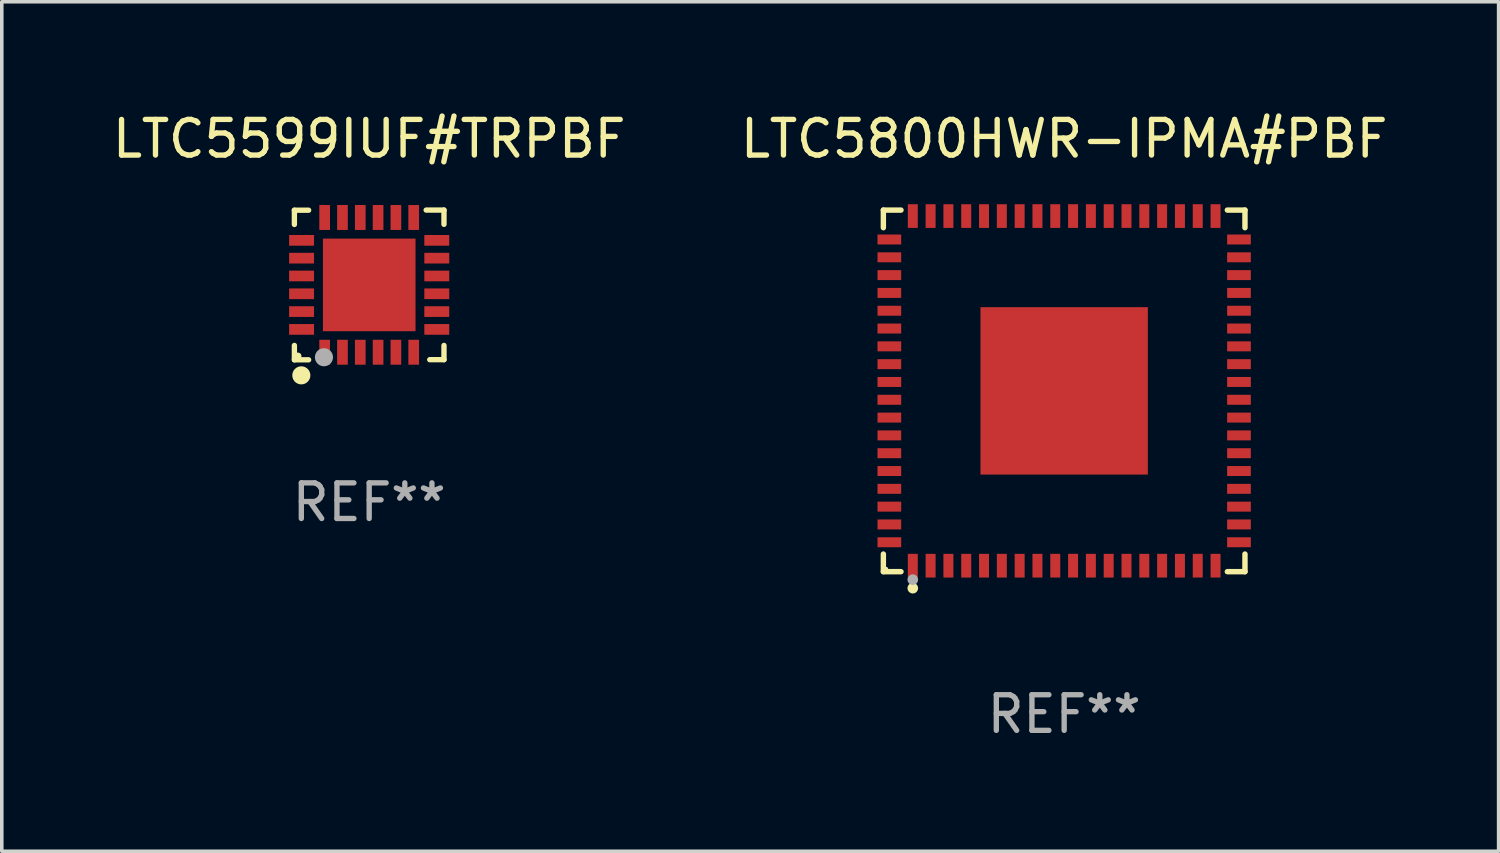
<source format=kicad_pcb>
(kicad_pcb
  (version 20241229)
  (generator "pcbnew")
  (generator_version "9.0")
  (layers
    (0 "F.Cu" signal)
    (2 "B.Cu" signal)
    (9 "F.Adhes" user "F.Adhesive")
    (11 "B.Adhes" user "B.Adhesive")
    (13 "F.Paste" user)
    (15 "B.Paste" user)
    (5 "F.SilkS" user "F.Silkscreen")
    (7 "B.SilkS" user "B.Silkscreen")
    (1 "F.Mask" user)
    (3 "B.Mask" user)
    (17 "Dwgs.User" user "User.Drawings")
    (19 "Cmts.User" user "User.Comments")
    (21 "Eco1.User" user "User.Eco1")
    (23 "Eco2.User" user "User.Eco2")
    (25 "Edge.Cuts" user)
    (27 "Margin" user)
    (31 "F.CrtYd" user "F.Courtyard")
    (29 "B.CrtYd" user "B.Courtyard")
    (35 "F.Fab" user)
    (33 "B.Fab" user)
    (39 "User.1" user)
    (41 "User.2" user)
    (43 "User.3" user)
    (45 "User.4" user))
  (footprint "LTC5800HWR-IPMA#PBF"
    (layer "F.Cu")
    (at 26.827 7.924)
    (property "Reference" "LTC5800HWR-IPMA#PBF" (at 0 -7.076 0) (layer "F.SilkS") (effects (font (size 1 1) (thickness 0.15))))
    (attr through_hole)
    (fp_line (start -5.076 -5.076) (end -4.581 -5.076) (stroke (width 0.152) (type solid)) (layer "F.SilkS"))
    (fp_line (start -5.076 -4.581) (end -5.076 -5.076) (stroke (width 0.152) (type solid)) (layer "F.SilkS"))
    (fp_line (start -5.076 4.581) (end -5.076 5.076) (stroke (width 0.152) (type solid)) (layer "F.SilkS"))
    (fp_line (start -5.076 5.076) (end -4.581 5.076) (stroke (width 0.152) (type solid)) (layer "F.SilkS"))
    (fp_line (start 5.076 -5.076) (end 4.581 -5.076) (stroke (width 0.152) (type solid)) (layer "F.SilkS"))
    (fp_line (start 5.076 -4.581) (end 5.076 -5.076) (stroke (width 0.152) (type solid)) (layer "F.SilkS"))
    (fp_line (start 5.076 4.581) (end 5.076 5.076) (stroke (width 0.152) (type solid)) (layer "F.SilkS"))
    (fp_line (start 5.076 5.076) (end 4.581 5.076) (stroke (width 0.152) (type solid)) (layer "F.SilkS"))
    (fp_circle (center -5 5) (end -4.97 5) (stroke (width 0.06) (type solid)) (fill no) (layer "F.SilkS"))
    (fp_circle (center -4.25 5.54) (end -4.175 5.54) (stroke (width 0.15) (type solid)) (fill no) (layer "F.SilkS"))
    (fp_circle (center -4.25 5.3) (end -4.175 5.3) (stroke (width 0.15) (type solid)) (fill no) (layer "F.Fab"))
    (fp_text user "REF**" (at 0 9.076 0) (layer "F.Fab") (effects (font (size 1 1) (thickness 0.15))))
    (pad "1" smd rect (at -4.25 4.908) (size 0.28 0.665) (layers "F.Cu" "F.Mask" "F.Paste"))
    (pad "2" smd rect (at -3.75 4.908) (size 0.28 0.665) (layers "F.Cu" "F.Mask" "F.Paste"))
    (pad "3" smd rect (at -3.25 4.908) (size 0.28 0.665) (layers "F.Cu" "F.Mask" "F.Paste"))
    (pad "4" smd rect (at -2.75 4.908) (size 0.28 0.665) (layers "F.Cu" "F.Mask" "F.Paste"))
    (pad "5" smd rect (at -2.25 4.908) (size 0.28 0.665) (layers "F.Cu" "F.Mask" "F.Paste"))
    (pad "6" smd rect (at -1.75 4.908) (size 0.28 0.665) (layers "F.Cu" "F.Mask" "F.Paste"))
    (pad "7" smd rect (at -1.25 4.908) (size 0.28 0.665) (layers "F.Cu" "F.Mask" "F.Paste"))
    (pad "8" smd rect (at -0.75 4.908) (size 0.28 0.665) (layers "F.Cu" "F.Mask" "F.Paste"))
    (pad "9" smd rect (at -0.25 4.908) (size 0.28 0.665) (layers "F.Cu" "F.Mask" "F.Paste"))
    (pad "10" smd rect (at 0.25 4.908) (size 0.28 0.665) (layers "F.Cu" "F.Mask" "F.Paste"))
    (pad "11" smd rect (at 0.75 4.908) (size 0.28 0.665) (layers "F.Cu" "F.Mask" "F.Paste"))
    (pad "12" smd rect (at 1.25 4.908) (size 0.28 0.665) (layers "F.Cu" "F.Mask" "F.Paste"))
    (pad "13" smd rect (at 1.75 4.908) (size 0.28 0.665) (layers "F.Cu" "F.Mask" "F.Paste"))
    (pad "14" smd rect (at 2.25 4.908) (size 0.28 0.665) (layers "F.Cu" "F.Mask" "F.Paste"))
    (pad "15" smd rect (at 2.75 4.908) (size 0.28 0.665) (layers "F.Cu" "F.Mask" "F.Paste"))
    (pad "16" smd rect (at 3.25 4.908) (size 0.28 0.665) (layers "F.Cu" "F.Mask" "F.Paste"))
    (pad "17" smd rect (at 3.75 4.908) (size 0.28 0.665) (layers "F.Cu" "F.Mask" "F.Paste"))
    (pad "18" smd rect (at 4.25 4.908) (size 0.28 0.665) (layers "F.Cu" "F.Mask" "F.Paste"))
    (pad "19" smd rect (at 4.908 4.25) (size 0.665 0.28) (layers "F.Cu" "F.Mask" "F.Paste"))
    (pad "20" smd rect (at 4.908 3.75) (size 0.665 0.28) (layers "F.Cu" "F.Mask" "F.Paste"))
    (pad "21" smd rect (at 4.908 3.25) (size 0.665 0.28) (layers "F.Cu" "F.Mask" "F.Paste"))
    (pad "22" smd rect (at 4.908 2.75) (size 0.665 0.28) (layers "F.Cu" "F.Mask" "F.Paste"))
    (pad "23" smd rect (at 4.908 2.25) (size 0.665 0.28) (layers "F.Cu" "F.Mask" "F.Paste"))
    (pad "24" smd rect (at 4.908 1.75) (size 0.665 0.28) (layers "F.Cu" "F.Mask" "F.Paste"))
    (pad "25" smd rect (at 4.908 1.25) (size 0.665 0.28) (layers "F.Cu" "F.Mask" "F.Paste"))
    (pad "26" smd rect (at 4.908 0.75) (size 0.665 0.28) (layers "F.Cu" "F.Mask" "F.Paste"))
    (pad "27" smd rect (at 4.908 0.25) (size 0.665 0.28) (layers "F.Cu" "F.Mask" "F.Paste"))
    (pad "28" smd rect (at 4.908 -0.25) (size 0.665 0.28) (layers "F.Cu" "F.Mask" "F.Paste"))
    (pad "29" smd rect (at 4.908 -0.75) (size 0.665 0.28) (layers "F.Cu" "F.Mask" "F.Paste"))
    (pad "30" smd rect (at 4.908 -1.25) (size 0.665 0.28) (layers "F.Cu" "F.Mask" "F.Paste"))
    (pad "31" smd rect (at 4.908 -1.75) (size 0.665 0.28) (layers "F.Cu" "F.Mask" "F.Paste"))
    (pad "32" smd rect (at 4.908 -2.25) (size 0.665 0.28) (layers "F.Cu" "F.Mask" "F.Paste"))
    (pad "33" smd rect (at 4.908 -2.75) (size 0.665 0.28) (layers "F.Cu" "F.Mask" "F.Paste"))
    (pad "34" smd rect (at 4.908 -3.25) (size 0.665 0.28) (layers "F.Cu" "F.Mask" "F.Paste"))
    (pad "35" smd rect (at 4.908 -3.75) (size 0.665 0.28) (layers "F.Cu" "F.Mask" "F.Paste"))
    (pad "36" smd rect (at 4.908 -4.25) (size 0.665 0.28) (layers "F.Cu" "F.Mask" "F.Paste"))
    (pad "37" smd rect (at 4.25 -4.908) (size 0.28 0.665) (layers "F.Cu" "F.Mask" "F.Paste"))
    (pad "38" smd rect (at 3.75 -4.908) (size 0.28 0.665) (layers "F.Cu" "F.Mask" "F.Paste"))
    (pad "39" smd rect (at 3.25 -4.908) (size 0.28 0.665) (layers "F.Cu" "F.Mask" "F.Paste"))
    (pad "40" smd rect (at 2.75 -4.908) (size 0.28 0.665) (layers "F.Cu" "F.Mask" "F.Paste"))
    (pad "41" smd rect (at 2.25 -4.908) (size 0.28 0.665) (layers "F.Cu" "F.Mask" "F.Paste"))
    (pad "42" smd rect (at 1.75 -4.908) (size 0.28 0.665) (layers "F.Cu" "F.Mask" "F.Paste"))
    (pad "43" smd rect (at 1.25 -4.908) (size 0.28 0.665) (layers "F.Cu" "F.Mask" "F.Paste"))
    (pad "44" smd rect (at 0.75 -4.908) (size 0.28 0.665) (layers "F.Cu" "F.Mask" "F.Paste"))
    (pad "45" smd rect (at 0.25 -4.908) (size 0.28 0.665) (layers "F.Cu" "F.Mask" "F.Paste"))
    (pad "46" smd rect (at -0.25 -4.908) (size 0.28 0.665) (layers "F.Cu" "F.Mask" "F.Paste"))
    (pad "47" smd rect (at -0.75 -4.908) (size 0.28 0.665) (layers "F.Cu" "F.Mask" "F.Paste"))
    (pad "48" smd rect (at -1.25 -4.908) (size 0.28 0.665) (layers "F.Cu" "F.Mask" "F.Paste"))
    (pad "49" smd rect (at -1.75 -4.908) (size 0.28 0.665) (layers "F.Cu" "F.Mask" "F.Paste"))
    (pad "50" smd rect (at -2.25 -4.908) (size 0.28 0.665) (layers "F.Cu" "F.Mask" "F.Paste"))
    (pad "51" smd rect (at -2.75 -4.908) (size 0.28 0.665) (layers "F.Cu" "F.Mask" "F.Paste"))
    (pad "52" smd rect (at -3.25 -4.908) (size 0.28 0.665) (layers "F.Cu" "F.Mask" "F.Paste"))
    (pad "53" smd rect (at -3.75 -4.908) (size 0.28 0.665) (layers "F.Cu" "F.Mask" "F.Paste"))
    (pad "54" smd rect (at -4.25 -4.908) (size 0.28 0.665) (layers "F.Cu" "F.Mask" "F.Paste"))
    (pad "55" smd rect (at -4.908 -4.25) (size 0.665 0.28) (layers "F.Cu" "F.Mask" "F.Paste"))
    (pad "56" smd rect (at -4.908 -3.75) (size 0.665 0.28) (layers "F.Cu" "F.Mask" "F.Paste"))
    (pad "57" smd rect (at -4.908 -3.25) (size 0.665 0.28) (layers "F.Cu" "F.Mask" "F.Paste"))
    (pad "58" smd rect (at -4.908 -2.75) (size 0.665 0.28) (layers "F.Cu" "F.Mask" "F.Paste"))
    (pad "59" smd rect (at -4.908 -2.25) (size 0.665 0.28) (layers "F.Cu" "F.Mask" "F.Paste"))
    (pad "60" smd rect (at -4.908 -1.75) (size 0.665 0.28) (layers "F.Cu" "F.Mask" "F.Paste"))
    (pad "61" smd rect (at -4.908 -1.25) (size 0.665 0.28) (layers "F.Cu" "F.Mask" "F.Paste"))
    (pad "62" smd rect (at -4.908 -0.75) (size 0.665 0.28) (layers "F.Cu" "F.Mask" "F.Paste"))
    (pad "63" smd rect (at -4.908 -0.25) (size 0.665 0.28) (layers "F.Cu" "F.Mask" "F.Paste"))
    (pad "64" smd rect (at -4.908 0.25) (size 0.665 0.28) (layers "F.Cu" "F.Mask" "F.Paste"))
    (pad "65" smd rect (at -4.908 0.75) (size 0.665 0.28) (layers "F.Cu" "F.Mask" "F.Paste"))
    (pad "66" smd rect (at -4.908 1.25) (size 0.665 0.28) (layers "F.Cu" "F.Mask" "F.Paste"))
    (pad "67" smd rect (at -4.908 1.75) (size 0.665 0.28) (layers "F.Cu" "F.Mask" "F.Paste"))
    (pad "68" smd rect (at -4.908 2.25) (size 0.665 0.28) (layers "F.Cu" "F.Mask" "F.Paste"))
    (pad "69" smd rect (at -4.908 2.75) (size 0.665 0.28) (layers "F.Cu" "F.Mask" "F.Paste"))
    (pad "70" smd rect (at -4.908 3.25) (size 0.665 0.28) (layers "F.Cu" "F.Mask" "F.Paste"))
    (pad "71" smd rect (at -4.908 3.75) (size 0.665 0.28) (layers "F.Cu" "F.Mask" "F.Paste"))
    (pad "72" smd rect (at -4.908 4.25) (size 0.665 0.28) (layers "F.Cu" "F.Mask" "F.Paste"))
    (pad "73" smd rect (at 0 0) (size 4.7 4.7) (layers "F.Cu" "F.Mask" "F.Paste")))
  (footprint "LTC5599IUF#TRPBF"
    (layer "F.Cu")
    (at 7.315 4.95)
    (property "Reference" "LTC5599IUF#TRPBF" (at 0 -4.102 0) (layer "F.SilkS") (effects (font (size 1 1) (thickness 0.15))))
    (attr through_hole)
    (fp_line (start -2.1 -2.098) (end -1.7 -2.098) (stroke (width 0.15) (type solid)) (layer "F.SilkS"))
    (fp_line (start -2.1 -1.698) (end -2.1 -2.098) (stroke (width 0.15) (type solid)) (layer "F.SilkS"))
    (fp_line (start -2.1 2.102) (end -2.1 1.698) (stroke (width 0.15) (type solid)) (layer "F.SilkS"))
    (fp_line (start -1.7 2.102) (end -2.1 2.102) (stroke (width 0.15) (type solid)) (layer "F.SilkS"))
    (fp_line (start 1.6 -2.102) (end 2.1 -2.102) (stroke (width 0.15) (type solid)) (layer "F.SilkS"))
    (fp_line (start 1.7 2.098) (end 2.1 2.098) (stroke (width 0.15) (type solid)) (layer "F.SilkS"))
    (fp_line (start 2.1 -2.102) (end 2.1 -1.702) (stroke (width 0.15) (type solid)) (layer "F.SilkS"))
    (fp_line (start 2.1 2.098) (end 2.1 1.698) (stroke (width 0.15) (type solid)) (layer "F.SilkS"))
    (fp_circle (center -2 1.998) (end -1.95 1.998) (stroke (width 0.1) (type solid)) (fill no) (layer "F.SilkS"))
    (fp_circle (center -1.905 2.538) (end -1.778 2.538) (stroke (width 0.254) (type solid)) (fill no) (layer "F.SilkS"))
    (fp_circle (center -1.27 2.03) (end -1.143 2.03) (stroke (width 0.254) (type solid)) (fill no) (layer "F.Fab"))
    (fp_text user "REF**" (at 0 6.102 0) (layer "F.Fab") (effects (font (size 1 1) (thickness 0.15))))
    (pad "1" smd rect (at -1.25 1.89 180) (size 0.3 0.7) (layers "F.Cu" "F.Mask" "F.Paste"))
    (pad "2" smd rect (at -0.75 1.889 180) (size 0.3 0.7) (layers "F.Cu" "F.Mask" "F.Paste"))
    (pad "3" smd rect (at -0.25 1.889 180) (size 0.3 0.7) (layers "F.Cu" "F.Mask" "F.Paste"))
    (pad "4" smd rect (at 0.25 1.889 180) (size 0.3 0.7) (layers "F.Cu" "F.Mask" "F.Paste"))
    (pad "5" smd rect (at 0.75 1.889 180) (size 0.3 0.7) (layers "F.Cu" "F.Mask" "F.Paste"))
    (pad "6" smd rect (at 1.25 1.889 180) (size 0.3 0.7) (layers "F.Cu" "F.Mask" "F.Paste"))
    (pad "7" smd rect (at 1.898 1.248 270) (size 0.3 0.7) (layers "F.Cu" "F.Mask" "F.Paste"))
    (pad "8" smd rect (at 1.898 0.748 270) (size 0.3 0.7) (layers "F.Cu" "F.Mask" "F.Paste"))
    (pad "9" smd rect (at 1.898 0.248 270) (size 0.3 0.7) (layers "F.Cu" "F.Mask" "F.Paste"))
    (pad "10" smd rect (at 1.898 -0.252 270) (size 0.3 0.7) (layers "F.Cu" "F.Mask" "F.Paste"))
    (pad "11" smd rect (at 1.898 -0.752 270) (size 0.3 0.7) (layers "F.Cu" "F.Mask" "F.Paste"))
    (pad "12" smd rect (at 1.898 -1.252 270) (size 0.3 0.7) (layers "F.Cu" "F.Mask" "F.Paste"))
    (pad "13" smd rect (at 1.25 -1.894) (size 0.3 0.7) (layers "F.Cu" "F.Mask" "F.Paste"))
    (pad "14" smd rect (at 0.75 -1.894) (size 0.3 0.7) (layers "F.Cu" "F.Mask" "F.Paste"))
    (pad "15" smd rect (at 0.25 -1.894) (size 0.3 0.7) (layers "F.Cu" "F.Mask" "F.Paste"))
    (pad "16" smd rect (at -0.25 -1.894) (size 0.3 0.7) (layers "F.Cu" "F.Mask" "F.Paste"))
    (pad "17" smd rect (at -0.75 -1.894) (size 0.3 0.7) (layers "F.Cu" "F.Mask" "F.Paste"))
    (pad "18" smd rect (at -1.25 -1.894) (size 0.3 0.7) (layers "F.Cu" "F.Mask" "F.Paste"))
    (pad "19" smd rect (at -1.898 -1.252 90) (size 0.3 0.7) (layers "F.Cu" "F.Mask" "F.Paste"))
    (pad "20" smd rect (at -1.898 -0.752 90) (size 0.3 0.7) (layers "F.Cu" "F.Mask" "F.Paste"))
    (pad "21" smd rect (at -1.898 -0.252 90) (size 0.3 0.7) (layers "F.Cu" "F.Mask" "F.Paste"))
    (pad "22" smd rect (at -1.898 0.248 90) (size 0.3 0.7) (layers "F.Cu" "F.Mask" "F.Paste"))
    (pad "23" smd rect (at -1.898 0.748 90) (size 0.3 0.7) (layers "F.Cu" "F.Mask" "F.Paste"))
    (pad "24" smd rect (at -1.898 1.248 90) (size 0.3 0.7) (layers "F.Cu" "F.Mask" "F.Paste"))
    (pad "25" smd rect (at 0.001 -0.001 90) (size 2.6 2.6) (layers "F.Cu" "F.Mask" "F.Paste")))
  (gr_rect
    (start -3 -3)
    (end 39.024 20.849)
    (stroke (width 0.1) (type default))
    (fill no)
    (layer "Edge.Cuts")))
</source>
